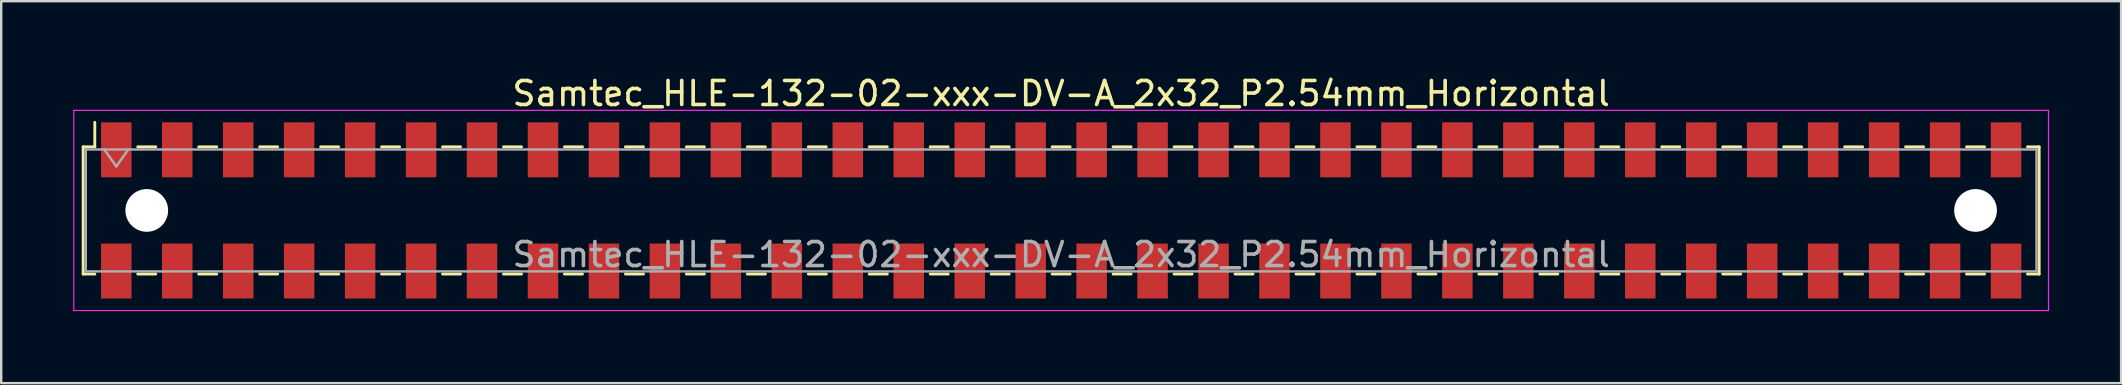
<source format=kicad_pcb>
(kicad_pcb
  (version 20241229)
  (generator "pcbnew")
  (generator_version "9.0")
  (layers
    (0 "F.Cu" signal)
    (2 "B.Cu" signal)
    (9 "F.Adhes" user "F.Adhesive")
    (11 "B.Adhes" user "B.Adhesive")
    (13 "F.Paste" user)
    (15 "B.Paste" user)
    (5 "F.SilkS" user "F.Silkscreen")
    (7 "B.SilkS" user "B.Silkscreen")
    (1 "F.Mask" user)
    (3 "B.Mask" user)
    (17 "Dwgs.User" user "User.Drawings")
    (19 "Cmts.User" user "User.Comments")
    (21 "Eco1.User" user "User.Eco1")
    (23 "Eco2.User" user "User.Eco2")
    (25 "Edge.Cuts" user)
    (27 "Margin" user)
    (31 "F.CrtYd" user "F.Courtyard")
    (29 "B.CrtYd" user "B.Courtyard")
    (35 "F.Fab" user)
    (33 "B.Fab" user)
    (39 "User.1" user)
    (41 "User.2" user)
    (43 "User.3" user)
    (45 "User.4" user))
  (footprint "Samtec_HLE-132-02-xxx-DV-A_2x32_P2.54mm_Horizontal"
    (layer "F.Cu")
    (at 41.165 5.718)
    (property "Reference" "Samtec_HLE-132-02-xxx-DV-A_2x32_P2.54mm_Horizontal" (at 0 -4.87 0) (layer "F.SilkS") (effects (font (size 1 1) (thickness 0.15))))
    (attr smd)
    (fp_line (start -40.75 -2.65) (end -40.75 2.65) (stroke (width 0.12) (type solid)) (layer "F.SilkS"))
    (fp_line (start -40.75 2.65) (end -40.265 2.65) (stroke (width 0.12) (type solid)) (layer "F.SilkS"))
    (fp_line (start -40.265 -3.67) (end -40.265 -2.65) (stroke (width 0.12) (type solid)) (layer "F.SilkS"))
    (fp_line (start -40.265 -2.65) (end -40.75 -2.65) (stroke (width 0.12) (type solid)) (layer "F.SilkS"))
    (fp_line (start -38.475 -2.65) (end -37.725 -2.65) (stroke (width 0.12) (type solid)) (layer "F.SilkS"))
    (fp_line (start -38.475 2.65) (end -37.725 2.65) (stroke (width 0.12) (type solid)) (layer "F.SilkS"))
    (fp_line (start -35.935 -2.65) (end -35.185 -2.65) (stroke (width 0.12) (type solid)) (layer "F.SilkS"))
    (fp_line (start -35.935 2.65) (end -35.185 2.65) (stroke (width 0.12) (type solid)) (layer "F.SilkS"))
    (fp_line (start -33.395 -2.65) (end -32.645 -2.65) (stroke (width 0.12) (type solid)) (layer "F.SilkS"))
    (fp_line (start -33.395 2.65) (end -32.645 2.65) (stroke (width 0.12) (type solid)) (layer "F.SilkS"))
    (fp_line (start -30.855 -2.65) (end -30.105 -2.65) (stroke (width 0.12) (type solid)) (layer "F.SilkS"))
    (fp_line (start -30.855 2.65) (end -30.105 2.65) (stroke (width 0.12) (type solid)) (layer "F.SilkS"))
    (fp_line (start -28.315 -2.65) (end -27.565 -2.65) (stroke (width 0.12) (type solid)) (layer "F.SilkS"))
    (fp_line (start -28.315 2.65) (end -27.565 2.65) (stroke (width 0.12) (type solid)) (layer "F.SilkS"))
    (fp_line (start -25.775 -2.65) (end -25.025 -2.65) (stroke (width 0.12) (type solid)) (layer "F.SilkS"))
    (fp_line (start -25.775 2.65) (end -25.025 2.65) (stroke (width 0.12) (type solid)) (layer "F.SilkS"))
    (fp_line (start -23.235 -2.65) (end -22.485 -2.65) (stroke (width 0.12) (type solid)) (layer "F.SilkS"))
    (fp_line (start -23.235 2.65) (end -22.485 2.65) (stroke (width 0.12) (type solid)) (layer "F.SilkS"))
    (fp_line (start -20.695 -2.65) (end -19.945 -2.65) (stroke (width 0.12) (type solid)) (layer "F.SilkS"))
    (fp_line (start -20.695 2.65) (end -19.945 2.65) (stroke (width 0.12) (type solid)) (layer "F.SilkS"))
    (fp_line (start -18.155 -2.65) (end -17.405 -2.65) (stroke (width 0.12) (type solid)) (layer "F.SilkS"))
    (fp_line (start -18.155 2.65) (end -17.405 2.65) (stroke (width 0.12) (type solid)) (layer "F.SilkS"))
    (fp_line (start -15.615 -2.65) (end -14.865 -2.65) (stroke (width 0.12) (type solid)) (layer "F.SilkS"))
    (fp_line (start -15.615 2.65) (end -14.865 2.65) (stroke (width 0.12) (type solid)) (layer "F.SilkS"))
    (fp_line (start -13.075 -2.65) (end -12.325 -2.65) (stroke (width 0.12) (type solid)) (layer "F.SilkS"))
    (fp_line (start -13.075 2.65) (end -12.325 2.65) (stroke (width 0.12) (type solid)) (layer "F.SilkS"))
    (fp_line (start -10.535 -2.65) (end -9.785 -2.65) (stroke (width 0.12) (type solid)) (layer "F.SilkS"))
    (fp_line (start -10.535 2.65) (end -9.785 2.65) (stroke (width 0.12) (type solid)) (layer "F.SilkS"))
    (fp_line (start -7.995 -2.65) (end -7.245 -2.65) (stroke (width 0.12) (type solid)) (layer "F.SilkS"))
    (fp_line (start -7.995 2.65) (end -7.245 2.65) (stroke (width 0.12) (type solid)) (layer "F.SilkS"))
    (fp_line (start -5.455 -2.65) (end -4.705 -2.65) (stroke (width 0.12) (type solid)) (layer "F.SilkS"))
    (fp_line (start -5.455 2.65) (end -4.705 2.65) (stroke (width 0.12) (type solid)) (layer "F.SilkS"))
    (fp_line (start -2.915 -2.65) (end -2.165 -2.65) (stroke (width 0.12) (type solid)) (layer "F.SilkS"))
    (fp_line (start -2.915 2.65) (end -2.165 2.65) (stroke (width 0.12) (type solid)) (layer "F.SilkS"))
    (fp_line (start -0.375 -2.65) (end 0.375 -2.65) (stroke (width 0.12) (type solid)) (layer "F.SilkS"))
    (fp_line (start -0.375 2.65) (end 0.375 2.65) (stroke (width 0.12) (type solid)) (layer "F.SilkS"))
    (fp_line (start 2.165 -2.65) (end 2.915 -2.65) (stroke (width 0.12) (type solid)) (layer "F.SilkS"))
    (fp_line (start 2.165 2.65) (end 2.915 2.65) (stroke (width 0.12) (type solid)) (layer "F.SilkS"))
    (fp_line (start 4.705 -2.65) (end 5.455 -2.65) (stroke (width 0.12) (type solid)) (layer "F.SilkS"))
    (fp_line (start 4.705 2.65) (end 5.455 2.65) (stroke (width 0.12) (type solid)) (layer "F.SilkS"))
    (fp_line (start 7.245 -2.65) (end 7.995 -2.65) (stroke (width 0.12) (type solid)) (layer "F.SilkS"))
    (fp_line (start 7.245 2.65) (end 7.995 2.65) (stroke (width 0.12) (type solid)) (layer "F.SilkS"))
    (fp_line (start 9.785 -2.65) (end 10.535 -2.65) (stroke (width 0.12) (type solid)) (layer "F.SilkS"))
    (fp_line (start 9.785 2.65) (end 10.535 2.65) (stroke (width 0.12) (type solid)) (layer "F.SilkS"))
    (fp_line (start 12.325 -2.65) (end 13.075 -2.65) (stroke (width 0.12) (type solid)) (layer "F.SilkS"))
    (fp_line (start 12.325 2.65) (end 13.075 2.65) (stroke (width 0.12) (type solid)) (layer "F.SilkS"))
    (fp_line (start 14.865 -2.65) (end 15.615 -2.65) (stroke (width 0.12) (type solid)) (layer "F.SilkS"))
    (fp_line (start 14.865 2.65) (end 15.615 2.65) (stroke (width 0.12) (type solid)) (layer "F.SilkS"))
    (fp_line (start 17.405 -2.65) (end 18.155 -2.65) (stroke (width 0.12) (type solid)) (layer "F.SilkS"))
    (fp_line (start 17.405 2.65) (end 18.155 2.65) (stroke (width 0.12) (type solid)) (layer "F.SilkS"))
    (fp_line (start 19.945 -2.65) (end 20.695 -2.65) (stroke (width 0.12) (type solid)) (layer "F.SilkS"))
    (fp_line (start 19.945 2.65) (end 20.695 2.65) (stroke (width 0.12) (type solid)) (layer "F.SilkS"))
    (fp_line (start 22.485 -2.65) (end 23.235 -2.65) (stroke (width 0.12) (type solid)) (layer "F.SilkS"))
    (fp_line (start 22.485 2.65) (end 23.235 2.65) (stroke (width 0.12) (type solid)) (layer "F.SilkS"))
    (fp_line (start 25.025 -2.65) (end 25.775 -2.65) (stroke (width 0.12) (type solid)) (layer "F.SilkS"))
    (fp_line (start 25.025 2.65) (end 25.775 2.65) (stroke (width 0.12) (type solid)) (layer "F.SilkS"))
    (fp_line (start 27.565 -2.65) (end 28.315 -2.65) (stroke (width 0.12) (type solid)) (layer "F.SilkS"))
    (fp_line (start 27.565 2.65) (end 28.315 2.65) (stroke (width 0.12) (type solid)) (layer "F.SilkS"))
    (fp_line (start 30.105 -2.65) (end 30.855 -2.65) (stroke (width 0.12) (type solid)) (layer "F.SilkS"))
    (fp_line (start 30.105 2.65) (end 30.855 2.65) (stroke (width 0.12) (type solid)) (layer "F.SilkS"))
    (fp_line (start 32.645 -2.65) (end 33.395 -2.65) (stroke (width 0.12) (type solid)) (layer "F.SilkS"))
    (fp_line (start 32.645 2.65) (end 33.395 2.65) (stroke (width 0.12) (type solid)) (layer "F.SilkS"))
    (fp_line (start 35.185 -2.65) (end 35.935 -2.65) (stroke (width 0.12) (type solid)) (layer "F.SilkS"))
    (fp_line (start 35.185 2.65) (end 35.935 2.65) (stroke (width 0.12) (type solid)) (layer "F.SilkS"))
    (fp_line (start 37.725 -2.65) (end 38.475 -2.65) (stroke (width 0.12) (type solid)) (layer "F.SilkS"))
    (fp_line (start 37.725 2.65) (end 38.475 2.65) (stroke (width 0.12) (type solid)) (layer "F.SilkS"))
    (fp_line (start 40.265 -2.65) (end 40.75 -2.65) (stroke (width 0.12) (type solid)) (layer "F.SilkS"))
    (fp_line (start 40.75 -2.65) (end 40.75 2.65) (stroke (width 0.12) (type solid)) (layer "F.SilkS"))
    (fp_line (start 40.75 2.65) (end 40.265 2.65) (stroke (width 0.12) (type solid)) (layer "F.SilkS"))
    (fp_line (start -41.14 -4.17) (end 41.14 -4.17) (stroke (width 0.05) (type solid)) (layer "F.CrtYd"))
    (fp_line (start -41.14 4.17) (end -41.14 -4.17) (stroke (width 0.05) (type solid)) (layer "F.CrtYd"))
    (fp_line (start 41.14 -4.17) (end 41.14 4.17) (stroke (width 0.05) (type solid)) (layer "F.CrtYd"))
    (fp_line (start 41.14 4.17) (end -41.14 4.17) (stroke (width 0.05) (type solid)) (layer "F.CrtYd"))
    (fp_line (start -40.64 -2.54) (end 40.64 -2.54) (stroke (width 0.1) (type solid)) (layer "F.Fab"))
    (fp_line (start -40.64 2.54) (end -40.64 -2.54) (stroke (width 0.1) (type solid)) (layer "F.Fab"))
    (fp_line (start -39.87 -2.54) (end -39.37 -1.833) (stroke (width 0.1) (type solid)) (layer "F.Fab"))
    (fp_line (start -39.37 -1.833) (end -38.87 -2.54) (stroke (width 0.1) (type solid)) (layer "F.Fab"))
    (fp_line (start 40.64 -2.54) (end 40.64 2.54) (stroke (width 0.1) (type solid)) (layer "F.Fab"))
    (fp_line (start 40.64 2.54) (end -40.64 2.54) (stroke (width 0.1) (type solid)) (layer "F.Fab"))
    (fp_text user "${REFERENCE}" (at 0 1.84 0) (layer "F.Fab") (effects (font (size 1 1) (thickness 0.15))))
    (pad "" np_thru_hole circle (at -38.1 0) (size 1.78 1.78) (drill 1.78) (layers "*.Cu" "*.Mask"))
    (pad "" np_thru_hole circle (at 38.1 0) (size 1.78 1.78) (drill 1.78) (layers "*.Cu" "*.Mask"))
    (pad "1" smd rect (at -39.37 -2.525) (size 1.27 2.29) (layers "F.Cu" "F.Mask" "F.Paste"))
    (pad "2" smd rect (at -39.37 2.525) (size 1.27 2.29) (layers "F.Cu" "F.Mask" "F.Paste"))
    (pad "3" smd rect (at -36.83 -2.525) (size 1.27 2.29) (layers "F.Cu" "F.Mask" "F.Paste"))
    (pad "4" smd rect (at -36.83 2.525) (size 1.27 2.29) (layers "F.Cu" "F.Mask" "F.Paste"))
    (pad "5" smd rect (at -34.29 -2.525) (size 1.27 2.29) (layers "F.Cu" "F.Mask" "F.Paste"))
    (pad "6" smd rect (at -34.29 2.525) (size 1.27 2.29) (layers "F.Cu" "F.Mask" "F.Paste"))
    (pad "7" smd rect (at -31.75 -2.525) (size 1.27 2.29) (layers "F.Cu" "F.Mask" "F.Paste"))
    (pad "8" smd rect (at -31.75 2.525) (size 1.27 2.29) (layers "F.Cu" "F.Mask" "F.Paste"))
    (pad "9" smd rect (at -29.21 -2.525) (size 1.27 2.29) (layers "F.Cu" "F.Mask" "F.Paste"))
    (pad "10" smd rect (at -29.21 2.525) (size 1.27 2.29) (layers "F.Cu" "F.Mask" "F.Paste"))
    (pad "11" smd rect (at -26.67 -2.525) (size 1.27 2.29) (layers "F.Cu" "F.Mask" "F.Paste"))
    (pad "12" smd rect (at -26.67 2.525) (size 1.27 2.29) (layers "F.Cu" "F.Mask" "F.Paste"))
    (pad "13" smd rect (at -24.13 -2.525) (size 1.27 2.29) (layers "F.Cu" "F.Mask" "F.Paste"))
    (pad "14" smd rect (at -24.13 2.525) (size 1.27 2.29) (layers "F.Cu" "F.Mask" "F.Paste"))
    (pad "15" smd rect (at -21.59 -2.525) (size 1.27 2.29) (layers "F.Cu" "F.Mask" "F.Paste"))
    (pad "16" smd rect (at -21.59 2.525) (size 1.27 2.29) (layers "F.Cu" "F.Mask" "F.Paste"))
    (pad "17" smd rect (at -19.05 -2.525) (size 1.27 2.29) (layers "F.Cu" "F.Mask" "F.Paste"))
    (pad "18" smd rect (at -19.05 2.525) (size 1.27 2.29) (layers "F.Cu" "F.Mask" "F.Paste"))
    (pad "19" smd rect (at -16.51 -2.525) (size 1.27 2.29) (layers "F.Cu" "F.Mask" "F.Paste"))
    (pad "20" smd rect (at -16.51 2.525) (size 1.27 2.29) (layers "F.Cu" "F.Mask" "F.Paste"))
    (pad "21" smd rect (at -13.97 -2.525) (size 1.27 2.29) (layers "F.Cu" "F.Mask" "F.Paste"))
    (pad "22" smd rect (at -13.97 2.525) (size 1.27 2.29) (layers "F.Cu" "F.Mask" "F.Paste"))
    (pad "23" smd rect (at -11.43 -2.525) (size 1.27 2.29) (layers "F.Cu" "F.Mask" "F.Paste"))
    (pad "24" smd rect (at -11.43 2.525) (size 1.27 2.29) (layers "F.Cu" "F.Mask" "F.Paste"))
    (pad "25" smd rect (at -8.89 -2.525) (size 1.27 2.29) (layers "F.Cu" "F.Mask" "F.Paste"))
    (pad "26" smd rect (at -8.89 2.525) (size 1.27 2.29) (layers "F.Cu" "F.Mask" "F.Paste"))
    (pad "27" smd rect (at -6.35 -2.525) (size 1.27 2.29) (layers "F.Cu" "F.Mask" "F.Paste"))
    (pad "28" smd rect (at -6.35 2.525) (size 1.27 2.29) (layers "F.Cu" "F.Mask" "F.Paste"))
    (pad "29" smd rect (at -3.81 -2.525) (size 1.27 2.29) (layers "F.Cu" "F.Mask" "F.Paste"))
    (pad "30" smd rect (at -3.81 2.525) (size 1.27 2.29) (layers "F.Cu" "F.Mask" "F.Paste"))
    (pad "31" smd rect (at -1.27 -2.525) (size 1.27 2.29) (layers "F.Cu" "F.Mask" "F.Paste"))
    (pad "32" smd rect (at -1.27 2.525) (size 1.27 2.29) (layers "F.Cu" "F.Mask" "F.Paste"))
    (pad "33" smd rect (at 1.27 -2.525) (size 1.27 2.29) (layers "F.Cu" "F.Mask" "F.Paste"))
    (pad "34" smd rect (at 1.27 2.525) (size 1.27 2.29) (layers "F.Cu" "F.Mask" "F.Paste"))
    (pad "35" smd rect (at 3.81 -2.525) (size 1.27 2.29) (layers "F.Cu" "F.Mask" "F.Paste"))
    (pad "36" smd rect (at 3.81 2.525) (size 1.27 2.29) (layers "F.Cu" "F.Mask" "F.Paste"))
    (pad "37" smd rect (at 6.35 -2.525) (size 1.27 2.29) (layers "F.Cu" "F.Mask" "F.Paste"))
    (pad "38" smd rect (at 6.35 2.525) (size 1.27 2.29) (layers "F.Cu" "F.Mask" "F.Paste"))
    (pad "39" smd rect (at 8.89 -2.525) (size 1.27 2.29) (layers "F.Cu" "F.Mask" "F.Paste"))
    (pad "40" smd rect (at 8.89 2.525) (size 1.27 2.29) (layers "F.Cu" "F.Mask" "F.Paste"))
    (pad "41" smd rect (at 11.43 -2.525) (size 1.27 2.29) (layers "F.Cu" "F.Mask" "F.Paste"))
    (pad "42" smd rect (at 11.43 2.525) (size 1.27 2.29) (layers "F.Cu" "F.Mask" "F.Paste"))
    (pad "43" smd rect (at 13.97 -2.525) (size 1.27 2.29) (layers "F.Cu" "F.Mask" "F.Paste"))
    (pad "44" smd rect (at 13.97 2.525) (size 1.27 2.29) (layers "F.Cu" "F.Mask" "F.Paste"))
    (pad "45" smd rect (at 16.51 -2.525) (size 1.27 2.29) (layers "F.Cu" "F.Mask" "F.Paste"))
    (pad "46" smd rect (at 16.51 2.525) (size 1.27 2.29) (layers "F.Cu" "F.Mask" "F.Paste"))
    (pad "47" smd rect (at 19.05 -2.525) (size 1.27 2.29) (layers "F.Cu" "F.Mask" "F.Paste"))
    (pad "48" smd rect (at 19.05 2.525) (size 1.27 2.29) (layers "F.Cu" "F.Mask" "F.Paste"))
    (pad "49" smd rect (at 21.59 -2.525) (size 1.27 2.29) (layers "F.Cu" "F.Mask" "F.Paste"))
    (pad "50" smd rect (at 21.59 2.525) (size 1.27 2.29) (layers "F.Cu" "F.Mask" "F.Paste"))
    (pad "51" smd rect (at 24.13 -2.525) (size 1.27 2.29) (layers "F.Cu" "F.Mask" "F.Paste"))
    (pad "52" smd rect (at 24.13 2.525) (size 1.27 2.29) (layers "F.Cu" "F.Mask" "F.Paste"))
    (pad "53" smd rect (at 26.67 -2.525) (size 1.27 2.29) (layers "F.Cu" "F.Mask" "F.Paste"))
    (pad "54" smd rect (at 26.67 2.525) (size 1.27 2.29) (layers "F.Cu" "F.Mask" "F.Paste"))
    (pad "55" smd rect (at 29.21 -2.525) (size 1.27 2.29) (layers "F.Cu" "F.Mask" "F.Paste"))
    (pad "56" smd rect (at 29.21 2.525) (size 1.27 2.29) (layers "F.Cu" "F.Mask" "F.Paste"))
    (pad "57" smd rect (at 31.75 -2.525) (size 1.27 2.29) (layers "F.Cu" "F.Mask" "F.Paste"))
    (pad "58" smd rect (at 31.75 2.525) (size 1.27 2.29) (layers "F.Cu" "F.Mask" "F.Paste"))
    (pad "59" smd rect (at 34.29 -2.525) (size 1.27 2.29) (layers "F.Cu" "F.Mask" "F.Paste"))
    (pad "60" smd rect (at 34.29 2.525) (size 1.27 2.29) (layers "F.Cu" "F.Mask" "F.Paste"))
    (pad "61" smd rect (at 36.83 -2.525) (size 1.27 2.29) (layers "F.Cu" "F.Mask" "F.Paste"))
    (pad "62" smd rect (at 36.83 2.525) (size 1.27 2.29) (layers "F.Cu" "F.Mask" "F.Paste"))
    (pad "63" smd rect (at 39.37 -2.525) (size 1.27 2.29) (layers "F.Cu" "F.Mask" "F.Paste"))
    (pad "64" smd rect (at 39.37 2.525) (size 1.27 2.29) (layers "F.Cu" "F.Mask" "F.Paste")))
  (gr_rect
    (start -3 -3)
    (end 85.33 12.913)
    (stroke (width 0.1) (type default))
    (fill no)
    (layer "Edge.Cuts")))
</source>
